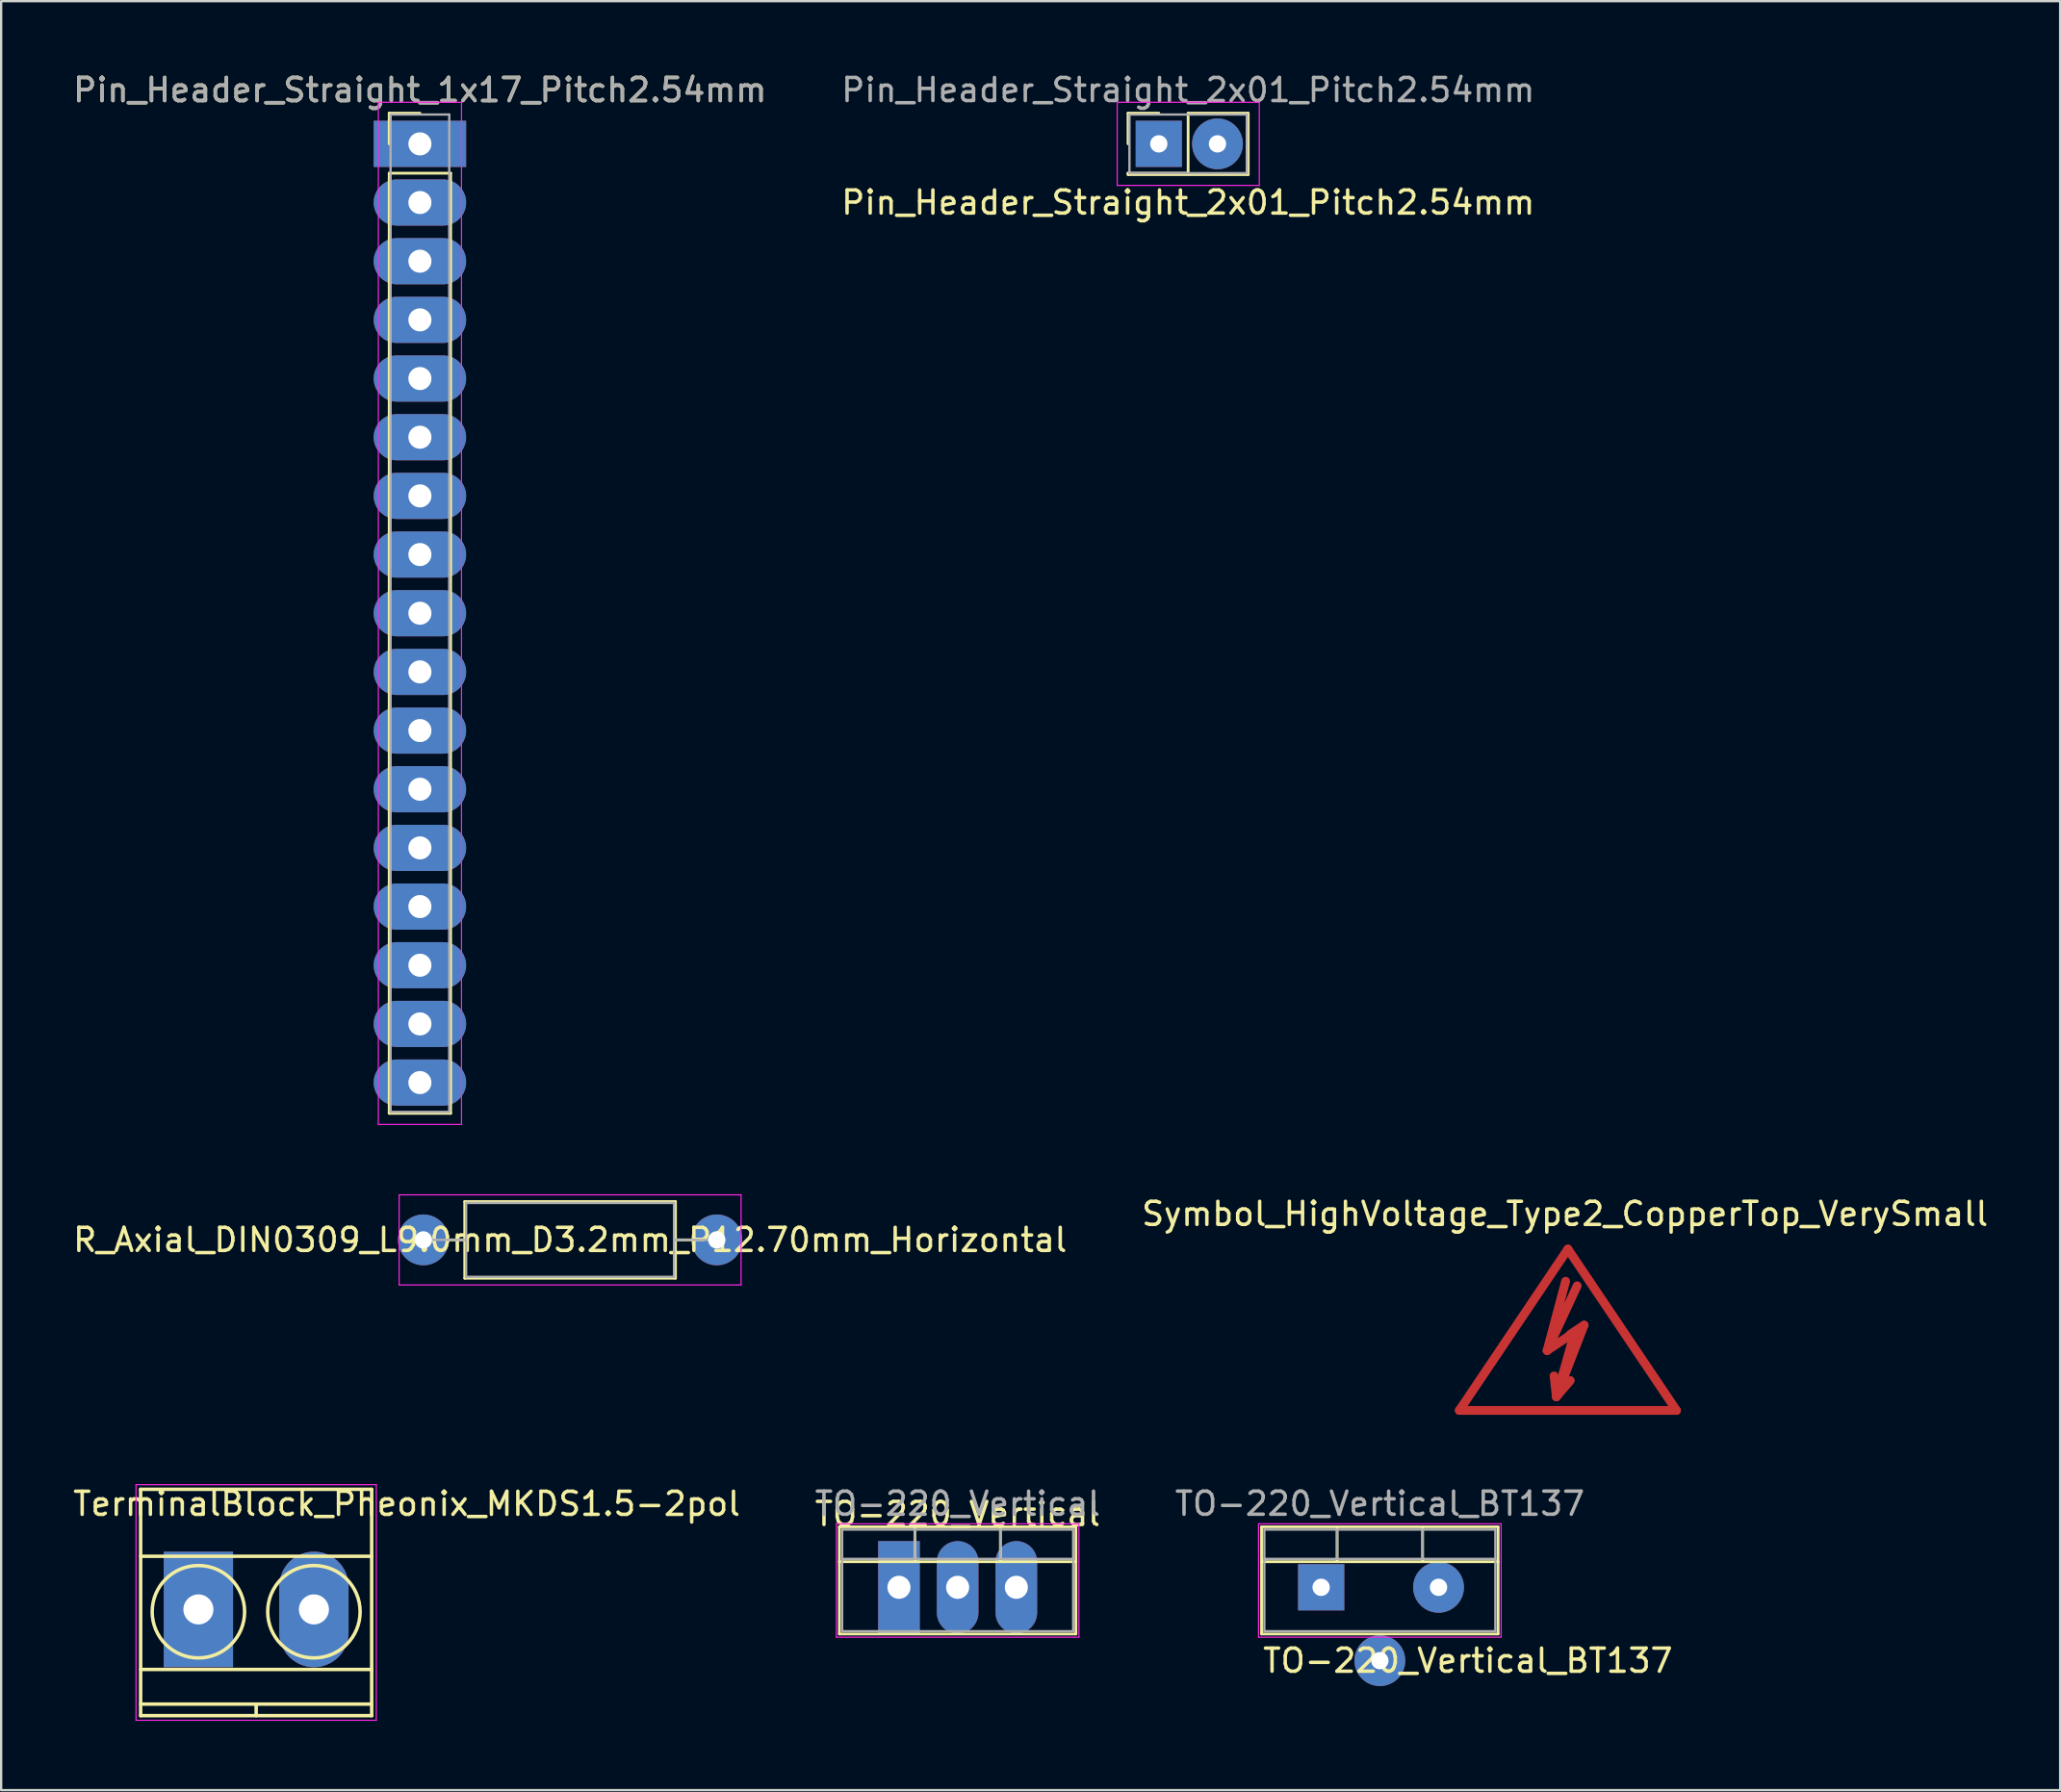
<source format=kicad_pcb>
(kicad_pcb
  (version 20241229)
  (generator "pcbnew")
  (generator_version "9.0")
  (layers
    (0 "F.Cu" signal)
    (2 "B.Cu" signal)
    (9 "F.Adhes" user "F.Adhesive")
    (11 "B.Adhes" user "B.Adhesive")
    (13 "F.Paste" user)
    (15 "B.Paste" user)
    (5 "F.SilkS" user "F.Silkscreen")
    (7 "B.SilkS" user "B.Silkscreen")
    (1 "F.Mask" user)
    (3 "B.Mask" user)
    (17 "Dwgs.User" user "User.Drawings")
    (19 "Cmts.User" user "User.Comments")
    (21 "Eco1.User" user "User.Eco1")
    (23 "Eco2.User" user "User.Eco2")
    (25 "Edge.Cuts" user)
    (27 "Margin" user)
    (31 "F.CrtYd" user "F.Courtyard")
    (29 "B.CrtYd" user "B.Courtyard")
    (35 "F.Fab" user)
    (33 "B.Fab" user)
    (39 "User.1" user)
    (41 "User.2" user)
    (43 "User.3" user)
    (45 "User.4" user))
  (footprint "Pin_Header_Straight_1x17_Pitch2.54mm"
    (layer "F.Cu")
    (at 15.125 3.178)
    (property "Reference" "Pin_Header_Straight_1x17_Pitch2.54mm" (at 0 -2.33 0) (layer "F.SilkS") (effects (font (size 1 1) (thickness 0.15))))
    (attr through_hole)
    (fp_line (start -1.33 -1.33) (end 0 -1.33) (stroke (width 0.12) (type solid)) (layer "F.SilkS"))
    (fp_line (start -1.33 0) (end -1.33 -1.33) (stroke (width 0.12) (type solid)) (layer "F.SilkS"))
    (fp_line (start -1.33 1.27) (end -1.33 41.97) (stroke (width 0.12) (type solid)) (layer "F.SilkS"))
    (fp_line (start -1.33 41.97) (end 1.33 41.97) (stroke (width 0.12) (type solid)) (layer "F.SilkS"))
    (fp_line (start 1.33 1.27) (end -1.33 1.27) (stroke (width 0.12) (type solid)) (layer "F.SilkS"))
    (fp_line (start 1.33 41.97) (end 1.33 1.27) (stroke (width 0.12) (type solid)) (layer "F.SilkS"))
    (fp_line (start -1.8 -1.8) (end -1.8 42.45) (stroke (width 0.05) (type solid)) (layer "F.CrtYd"))
    (fp_line (start -1.8 42.45) (end 1.8 42.45) (stroke (width 0.05) (type solid)) (layer "F.CrtYd"))
    (fp_line (start 1.8 -1.8) (end -1.8 -1.8) (stroke (width 0.05) (type solid)) (layer "F.CrtYd"))
    (fp_line (start 1.8 42.45) (end 1.8 -1.8) (stroke (width 0.05) (type solid)) (layer "F.CrtYd"))
    (fp_line (start -1.27 -1.27) (end -1.27 41.91) (stroke (width 0.1) (type solid)) (layer "F.Fab"))
    (fp_line (start -1.27 41.91) (end 1.27 41.91) (stroke (width 0.1) (type solid)) (layer "F.Fab"))
    (fp_line (start 1.27 -1.27) (end -1.27 -1.27) (stroke (width 0.1) (type solid)) (layer "F.Fab"))
    (fp_line (start 1.27 41.91) (end 1.27 -1.27) (stroke (width 0.1) (type solid)) (layer "F.Fab"))
    (fp_text user "${REFERENCE}" (at 0 -2.33 0) (layer "F.Fab") (effects (font (size 1 1) (thickness 0.15))))
    (pad "1" thru_hole rect (at 0 0) (size 4 2) (drill 1) (layers "*.Cu" "*.Mask"))
    (pad "2" thru_hole oval (at 0 2.54) (size 4 2) (drill 1) (layers "*.Cu" "*.Mask"))
    (pad "3" thru_hole oval (at 0 5.08) (size 4 2) (drill 1) (layers "*.Cu" "*.Mask"))
    (pad "4" thru_hole oval (at 0 7.62) (size 4 2) (drill 1) (layers "*.Cu" "*.Mask"))
    (pad "5" thru_hole oval (at 0 10.16) (size 4 2) (drill 1) (layers "*.Cu" "*.Mask"))
    (pad "6" thru_hole oval (at 0 12.7) (size 4 2) (drill 1) (layers "*.Cu" "*.Mask"))
    (pad "7" thru_hole oval (at 0 15.24) (size 4 2) (drill 1) (layers "*.Cu" "*.Mask"))
    (pad "8" thru_hole oval (at 0 17.78) (size 4 2) (drill 1) (layers "*.Cu" "*.Mask"))
    (pad "9" thru_hole oval (at 0 20.32) (size 4 2) (drill 1) (layers "*.Cu" "*.Mask"))
    (pad "10" thru_hole oval (at 0 22.86) (size 4 2) (drill 1) (layers "*.Cu" "*.Mask"))
    (pad "11" thru_hole oval (at 0 25.4) (size 4 2) (drill 1) (layers "*.Cu" "*.Mask"))
    (pad "12" thru_hole oval (at 0 27.94) (size 4 2) (drill 1) (layers "*.Cu" "*.Mask"))
    (pad "13" thru_hole oval (at 0 30.48) (size 4 2) (drill 1) (layers "*.Cu" "*.Mask"))
    (pad "14" thru_hole oval (at 0 33.02) (size 4 2) (drill 1) (layers "*.Cu" "*.Mask"))
    (pad "15" thru_hole oval (at 0 35.56) (size 4 2) (drill 1) (layers "*.Cu" "*.Mask"))
    (pad "16" thru_hole oval (at 0 38.1) (size 4 2) (drill 1) (layers "*.Cu" "*.Mask"))
    (pad "17" thru_hole oval (at 0 40.64) (size 4 2) (drill 1) (layers "*.Cu" "*.Mask")))
  (footprint "Symbol_HighVoltage_Type2_CopperTop_VerySmall"
    (layer "F.Cu")
    (at 64.812 55.217)
    (property "Reference" "Symbol_HighVoltage_Type2_CopperTop_VerySmall" (at -0.127 -5.715 0) (layer "F.SilkS") (effects (font (size 1 1) (thickness 0.15))))
    (attr through_hole)
    (fp_line (start -4.699 2.794) (end 0 -4.191) (stroke (width 0.381) (type solid)) (layer "F.Cu"))
    (fp_line (start -0.899 0.201) (end 0.3 -0.599) (stroke (width 0.381) (type solid)) (layer "F.Cu"))
    (fp_line (start -0.899 0.201) (end 0.401 -2.601) (stroke (width 0.381) (type solid)) (layer "F.Cu"))
    (fp_line (start -0.498 2.2) (end -0.599 1.3) (stroke (width 0.381) (type solid)) (layer "F.Cu"))
    (fp_line (start -0.498 2.2) (end 0.102 1.501) (stroke (width 0.381) (type solid)) (layer "F.Cu"))
    (fp_line (start -0.498 2.2) (end 0.701 -0.899) (stroke (width 0.381) (type solid)) (layer "F.Cu"))
    (fp_line (start -0.099 -2.799) (end -0.899 0.201) (stroke (width 0.381) (type solid)) (layer "F.Cu"))
    (fp_line (start 0 -4.191) (end 4.699 2.794) (stroke (width 0.381) (type solid)) (layer "F.Cu"))
    (fp_line (start 0.3 -0.599) (end -0.498 2.2) (stroke (width 0.381) (type solid)) (layer "F.Cu"))
    (fp_line (start 0.701 -0.899) (end 0.102 -0.5) (stroke (width 0.381) (type solid)) (layer "F.Cu"))
    (fp_line (start 4.699 2.794) (end -4.699 2.794) (stroke (width 0.381) (type solid)) (layer "F.Cu")))
  (footprint "TerminalBlock_Pheonix_MKDS1.5-2pol"
    (layer "F.Cu")
    (at 5.537 66.626)
    (property "Reference" "TerminalBlock_Pheonix_MKDS1.5-2pol" (at 9.017 -4.572 0) (layer "F.SilkS") (effects (font (size 1 1) (thickness 0.15))))
    (attr through_hole)
    (fp_line (start -2.5 -5.2) (end -2.5 4.6) (stroke (width 0.15) (type solid)) (layer "F.SilkS"))
    (fp_line (start -2.5 -2.3) (end 7.5 -2.3) (stroke (width 0.15) (type solid)) (layer "F.SilkS"))
    (fp_line (start -2.5 2.6) (end 7.5 2.6) (stroke (width 0.15) (type solid)) (layer "F.SilkS"))
    (fp_line (start -2.5 4.1) (end 7.5 4.1) (stroke (width 0.15) (type solid)) (layer "F.SilkS"))
    (fp_line (start -2.5 4.6) (end 7.5 4.6) (stroke (width 0.15) (type solid)) (layer "F.SilkS"))
    (fp_line (start 2.5 4.1) (end 2.5 4.6) (stroke (width 0.15) (type solid)) (layer "F.SilkS"))
    (fp_line (start 7.5 -5.2) (end -2.5 -5.2) (stroke (width 0.15) (type solid)) (layer "F.SilkS"))
    (fp_line (start 7.5 4.6) (end 7.5 -5.2) (stroke (width 0.15) (type solid)) (layer "F.SilkS"))
    (fp_circle (center 0 0.1) (end 2 0.1) (stroke (width 0.15) (type solid)) (fill no) (layer "F.SilkS"))
    (fp_circle (center 5 0.1) (end 3 0.1) (stroke (width 0.15) (type solid)) (fill no) (layer "F.SilkS"))
    (fp_line (start -2.7 -5.4) (end 7.7 -5.4) (stroke (width 0.05) (type solid)) (layer "F.CrtYd"))
    (fp_line (start -2.7 4.8) (end -2.7 -5.4) (stroke (width 0.05) (type solid)) (layer "F.CrtYd"))
    (fp_line (start 7.7 -5.4) (end 7.7 4.8) (stroke (width 0.05) (type solid)) (layer "F.CrtYd"))
    (fp_line (start 7.7 4.8) (end -2.7 4.8) (stroke (width 0.05) (type solid)) (layer "F.CrtYd"))
    (pad "1" thru_hole rect (at 0 0) (size 3 5) (drill 1.3) (layers "*.Cu" "*.Mask"))
    (pad "2" thru_hole oval (at 5 0) (size 3 5) (drill 1.3) (layers "*.Cu" "*.Mask")))
  (footprint "R_Axial_DIN0309_L9.0mm_D3.2mm_P12.70mm_Horizontal"
    (layer "F.Cu")
    (at 15.275 50.628)
    (property "Reference" "R_Axial_DIN0309_L9.0mm_D3.2mm_P12.70mm_Horizontal" (at 6.35 0 0) (layer "F.SilkS") (effects (font (size 1 1) (thickness 0.15))))
    (attr through_hole)
    (fp_line (start 0.98 0) (end 1.79 0) (stroke (width 0.12) (type solid)) (layer "F.SilkS"))
    (fp_line (start 1.79 -1.66) (end 1.79 1.66) (stroke (width 0.12) (type solid)) (layer "F.SilkS"))
    (fp_line (start 1.79 1.66) (end 10.91 1.66) (stroke (width 0.12) (type solid)) (layer "F.SilkS"))
    (fp_line (start 10.91 -1.66) (end 1.79 -1.66) (stroke (width 0.12) (type solid)) (layer "F.SilkS"))
    (fp_line (start 10.91 1.66) (end 10.91 -1.66) (stroke (width 0.12) (type solid)) (layer "F.SilkS"))
    (fp_line (start 11.72 0) (end 10.91 0) (stroke (width 0.12) (type solid)) (layer "F.SilkS"))
    (fp_line (start -1.05 -1.95) (end -1.05 1.95) (stroke (width 0.05) (type solid)) (layer "F.CrtYd"))
    (fp_line (start -1.05 1.95) (end 13.75 1.95) (stroke (width 0.05) (type solid)) (layer "F.CrtYd"))
    (fp_line (start 13.75 -1.95) (end -1.05 -1.95) (stroke (width 0.05) (type solid)) (layer "F.CrtYd"))
    (fp_line (start 13.75 1.95) (end 13.75 -1.95) (stroke (width 0.05) (type solid)) (layer "F.CrtYd"))
    (fp_line (start 0 0) (end 1.85 0) (stroke (width 0.1) (type solid)) (layer "F.Fab"))
    (fp_line (start 1.85 -1.6) (end 1.85 1.6) (stroke (width 0.1) (type solid)) (layer "F.Fab"))
    (fp_line (start 1.85 1.6) (end 10.85 1.6) (stroke (width 0.1) (type solid)) (layer "F.Fab"))
    (fp_line (start 10.85 -1.6) (end 1.85 -1.6) (stroke (width 0.1) (type solid)) (layer "F.Fab"))
    (fp_line (start 10.85 1.6) (end 10.85 -1.6) (stroke (width 0.1) (type solid)) (layer "F.Fab"))
    (fp_line (start 12.7 0) (end 10.85 0) (stroke (width 0.1) (type solid)) (layer "F.Fab"))
    (pad "1" thru_hole circle (at 0 0) (size 2.2 2.2) (drill 0.75) (layers "*.Cu" "*.Mask"))
    (pad "2" thru_hole circle (at 12.7 0) (size 2.2 2.2) (drill 0.75) (layers "*.Cu" "*.Mask")))
  (footprint "TO-220_Vertical"
    (layer "F.Cu")
    (at 35.859 65.669)
    (property "Reference" "TO-220_Vertical" (at 2.54 -3.175 0) (layer "F.SilkS") (effects (font (size 1 1) (thickness 0.15))))
    (attr through_hole)
    (fp_line (start -2.58 -2.62) (end -2.58 2.021) (stroke (width 0.12) (type solid)) (layer "F.SilkS"))
    (fp_line (start -2.58 -2.62) (end 7.66 -2.62) (stroke (width 0.12) (type solid)) (layer "F.SilkS"))
    (fp_line (start -2.58 -1.11) (end 7.66 -1.11) (stroke (width 0.12) (type solid)) (layer "F.SilkS"))
    (fp_line (start -2.58 2.021) (end 7.66 2.021) (stroke (width 0.12) (type solid)) (layer "F.SilkS"))
    (fp_line (start 0.69 -2.62) (end 0.69 -1.11) (stroke (width 0.12) (type solid)) (layer "F.SilkS"))
    (fp_line (start 4.391 -2.62) (end 4.391 -1.11) (stroke (width 0.12) (type solid)) (layer "F.SilkS"))
    (fp_line (start 7.66 -2.62) (end 7.66 2.021) (stroke (width 0.12) (type solid)) (layer "F.SilkS"))
    (fp_line (start -2.71 -2.75) (end -2.71 2.16) (stroke (width 0.05) (type solid)) (layer "F.CrtYd"))
    (fp_line (start -2.71 2.16) (end 7.79 2.16) (stroke (width 0.05) (type solid)) (layer "F.CrtYd"))
    (fp_line (start 7.79 -2.75) (end -2.71 -2.75) (stroke (width 0.05) (type solid)) (layer "F.CrtYd"))
    (fp_line (start 7.79 2.16) (end 7.79 -2.75) (stroke (width 0.05) (type solid)) (layer "F.CrtYd"))
    (fp_line (start -2.46 -2.5) (end -2.46 1.9) (stroke (width 0.1) (type solid)) (layer "F.Fab"))
    (fp_line (start -2.46 -1.23) (end 7.54 -1.23) (stroke (width 0.1) (type solid)) (layer "F.Fab"))
    (fp_line (start -2.46 1.9) (end 7.54 1.9) (stroke (width 0.1) (type solid)) (layer "F.Fab"))
    (fp_line (start 0.69 -2.5) (end 0.69 -1.23) (stroke (width 0.1) (type solid)) (layer "F.Fab"))
    (fp_line (start 4.39 -2.5) (end 4.39 -1.23) (stroke (width 0.1) (type solid)) (layer "F.Fab"))
    (fp_line (start 7.54 -2.5) (end -2.46 -2.5) (stroke (width 0.1) (type solid)) (layer "F.Fab"))
    (fp_line (start 7.54 1.9) (end 7.54 -2.5) (stroke (width 0.1) (type solid)) (layer "F.Fab"))
    (fp_text user "${REFERENCE}" (at 2.54 -3.62 0) (layer "F.Fab") (effects (font (size 1 1) (thickness 0.15))))
    (pad "1" thru_hole rect (at 0 0) (size 1.8 4) (drill 1) (layers "*.Cu" "*.Mask"))
    (pad "2" thru_hole oval (at 2.54 0) (size 1.8 4) (drill 1) (layers "*.Cu" "*.Mask"))
    (pad "3" thru_hole oval (at 5.08 0) (size 1.8 4) (drill 1) (layers "*.Cu" "*.Mask")))
  (footprint "Pin_Header_Straight_2x01_Pitch2.54mm"
    (layer "F.Cu")
    (at 47.105 3.178)
    (property "Reference" "Pin_Header_Straight_2x01_Pitch2.54mm" (at 1.27 2.54 0) (layer "F.SilkS") (effects (font (size 1 1) (thickness 0.15))))
    (attr through_hole)
    (fp_line (start -1.33 -1.33) (end 0 -1.33) (stroke (width 0.12) (type solid)) (layer "F.SilkS"))
    (fp_line (start -1.33 0) (end -1.33 -1.33) (stroke (width 0.12) (type solid)) (layer "F.SilkS"))
    (fp_line (start -1.33 1.27) (end -1.33 1.33) (stroke (width 0.12) (type solid)) (layer "F.SilkS"))
    (fp_line (start -1.33 1.33) (end 3.87 1.33) (stroke (width 0.12) (type solid)) (layer "F.SilkS"))
    (fp_line (start 1.27 -1.33) (end 1.27 1.27) (stroke (width 0.12) (type solid)) (layer "F.SilkS"))
    (fp_line (start 1.27 1.27) (end -1.33 1.27) (stroke (width 0.12) (type solid)) (layer "F.SilkS"))
    (fp_line (start 3.87 -1.33) (end 1.27 -1.33) (stroke (width 0.12) (type solid)) (layer "F.SilkS"))
    (fp_line (start 3.87 1.33) (end 3.87 -1.33) (stroke (width 0.12) (type solid)) (layer "F.SilkS"))
    (fp_line (start -1.8 -1.8) (end -1.8 1.8) (stroke (width 0.05) (type solid)) (layer "F.CrtYd"))
    (fp_line (start -1.8 1.8) (end 4.35 1.8) (stroke (width 0.05) (type solid)) (layer "F.CrtYd"))
    (fp_line (start 4.35 -1.8) (end -1.8 -1.8) (stroke (width 0.05) (type solid)) (layer "F.CrtYd"))
    (fp_line (start 4.35 1.8) (end 4.35 -1.8) (stroke (width 0.05) (type solid)) (layer "F.CrtYd"))
    (fp_line (start -1.27 -1.27) (end -1.27 1.27) (stroke (width 0.1) (type solid)) (layer "F.Fab"))
    (fp_line (start -1.27 1.27) (end 3.81 1.27) (stroke (width 0.1) (type solid)) (layer "F.Fab"))
    (fp_line (start 3.81 -1.27) (end -1.27 -1.27) (stroke (width 0.1) (type solid)) (layer "F.Fab"))
    (fp_line (start 3.81 1.27) (end 3.81 -1.27) (stroke (width 0.1) (type solid)) (layer "F.Fab"))
    (fp_text user "${REFERENCE}" (at 1.27 -2.33 0) (layer "F.Fab") (effects (font (size 1 1) (thickness 0.15))))
    (pad "1" thru_hole rect (at 0 0) (size 2 2) (drill 0.75) (layers "*.Cu" "*.Mask"))
    (pad "2" thru_hole oval (at 2.54 0) (size 2.2 2.2) (drill 0.75) (layers "*.Cu" "*.Mask")))
  (footprint "TO-220_Vertical_BT137"
    (layer "F.Cu")
    (at 54.133 65.669)
    (property "Reference" "TO-220_Vertical_BT137" (at 6.35 3.175 0) (layer "F.SilkS") (effects (font (size 1 1) (thickness 0.15))))
    (attr through_hole)
    (fp_line (start -2.58 -2.62) (end -2.58 2.021) (stroke (width 0.12) (type solid)) (layer "F.SilkS"))
    (fp_line (start -2.58 -2.62) (end 7.66 -2.62) (stroke (width 0.12) (type solid)) (layer "F.SilkS"))
    (fp_line (start -2.58 -1.11) (end 7.66 -1.11) (stroke (width 0.12) (type solid)) (layer "F.SilkS"))
    (fp_line (start -2.58 2.021) (end 7.66 2.021) (stroke (width 0.12) (type solid)) (layer "F.SilkS"))
    (fp_line (start 0.69 -2.62) (end 0.69 -1.11) (stroke (width 0.12) (type solid)) (layer "F.SilkS"))
    (fp_line (start 4.391 -2.62) (end 4.391 -1.11) (stroke (width 0.12) (type solid)) (layer "F.SilkS"))
    (fp_line (start 7.66 -2.62) (end 7.66 2.021) (stroke (width 0.12) (type solid)) (layer "F.SilkS"))
    (fp_line (start -2.71 -2.75) (end -2.71 2.16) (stroke (width 0.05) (type solid)) (layer "F.CrtYd"))
    (fp_line (start -2.71 2.16) (end 7.79 2.16) (stroke (width 0.05) (type solid)) (layer "F.CrtYd"))
    (fp_line (start 7.79 -2.75) (end -2.71 -2.75) (stroke (width 0.05) (type solid)) (layer "F.CrtYd"))
    (fp_line (start 7.79 2.16) (end 7.79 -2.75) (stroke (width 0.05) (type solid)) (layer "F.CrtYd"))
    (fp_line (start -2.46 -2.5) (end -2.46 1.9) (stroke (width 0.1) (type solid)) (layer "F.Fab"))
    (fp_line (start -2.46 -1.23) (end 7.54 -1.23) (stroke (width 0.1) (type solid)) (layer "F.Fab"))
    (fp_line (start -2.46 1.9) (end 7.54 1.9) (stroke (width 0.1) (type solid)) (layer "F.Fab"))
    (fp_line (start 0.69 -2.5) (end 0.69 -1.23) (stroke (width 0.1) (type solid)) (layer "F.Fab"))
    (fp_line (start 4.39 -2.5) (end 4.39 -1.23) (stroke (width 0.1) (type solid)) (layer "F.Fab"))
    (fp_line (start 7.54 -2.5) (end -2.46 -2.5) (stroke (width 0.1) (type solid)) (layer "F.Fab"))
    (fp_line (start 7.54 1.9) (end 7.54 -2.5) (stroke (width 0.1) (type solid)) (layer "F.Fab"))
    (fp_text user "${REFERENCE}" (at 2.54 -3.62 0) (layer "F.Fab") (effects (font (size 1 1) (thickness 0.15))))
    (pad "1" thru_hole rect (at 0 0) (size 2 2) (drill 0.75) (layers "*.Cu" "*.Mask"))
    (pad "2" thru_hole oval (at 2.54 3.175) (size 2.2 2.2) (drill 0.75) (layers "*.Cu" "*.Mask"))
    (pad "3" thru_hole oval (at 5.08 0) (size 2.2 2.2) (drill 0.75) (layers "*.Cu" "*.Mask")))
  (gr_rect
    (start -3 -3)
    (end 86.119 74.451)
    (stroke (width 0.1) (type default))
    (fill no)
    (layer "Edge.Cuts")))
</source>
